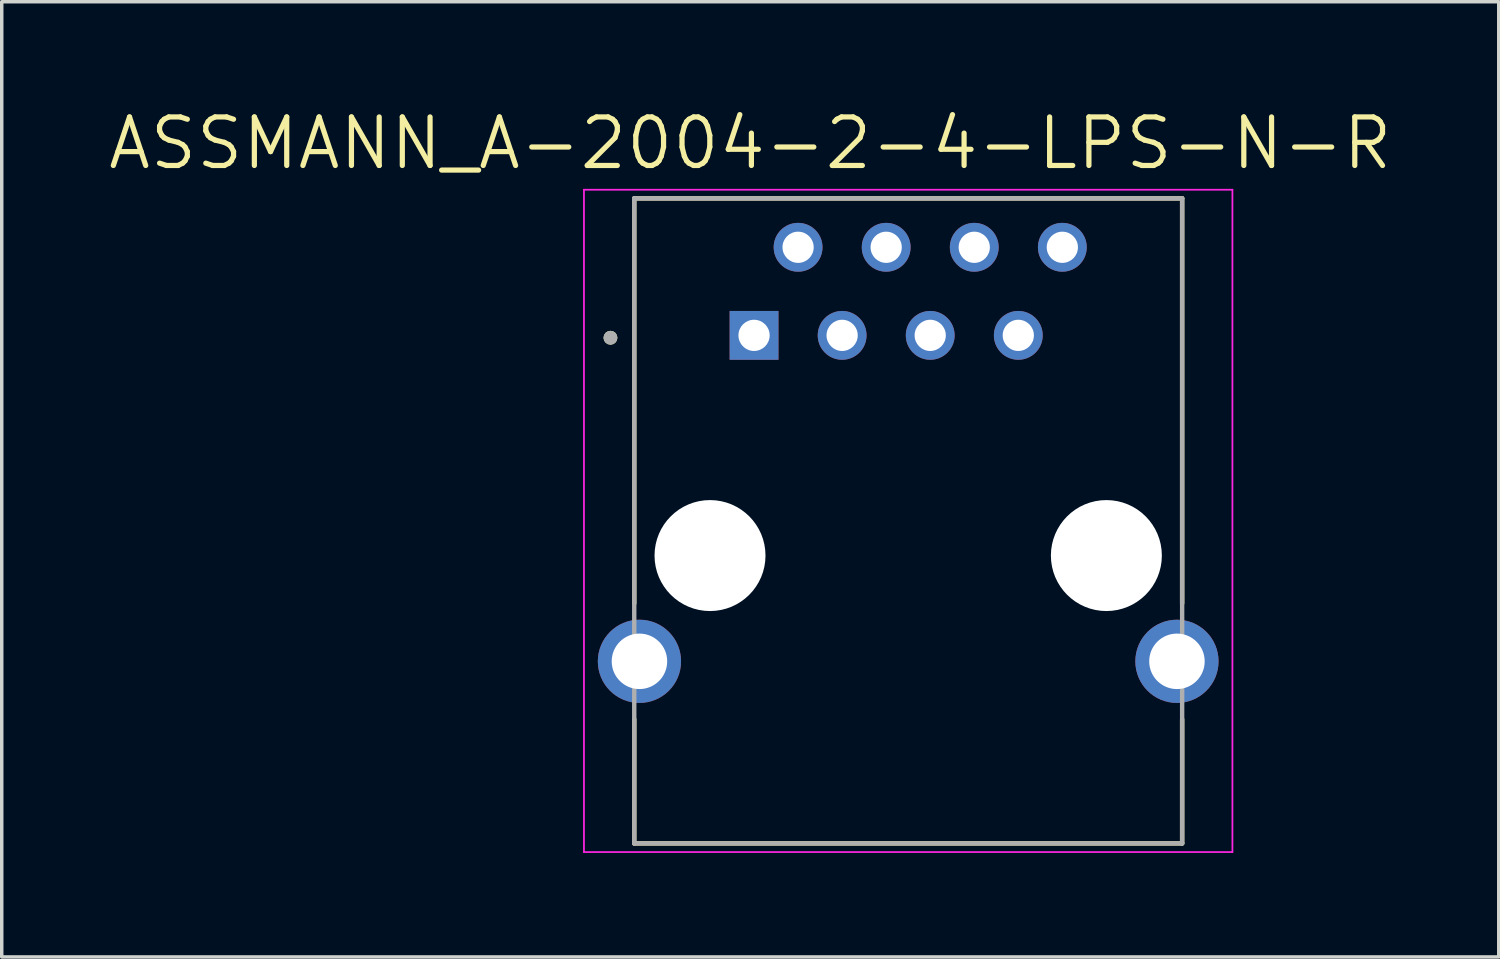
<source format=kicad_pcb>
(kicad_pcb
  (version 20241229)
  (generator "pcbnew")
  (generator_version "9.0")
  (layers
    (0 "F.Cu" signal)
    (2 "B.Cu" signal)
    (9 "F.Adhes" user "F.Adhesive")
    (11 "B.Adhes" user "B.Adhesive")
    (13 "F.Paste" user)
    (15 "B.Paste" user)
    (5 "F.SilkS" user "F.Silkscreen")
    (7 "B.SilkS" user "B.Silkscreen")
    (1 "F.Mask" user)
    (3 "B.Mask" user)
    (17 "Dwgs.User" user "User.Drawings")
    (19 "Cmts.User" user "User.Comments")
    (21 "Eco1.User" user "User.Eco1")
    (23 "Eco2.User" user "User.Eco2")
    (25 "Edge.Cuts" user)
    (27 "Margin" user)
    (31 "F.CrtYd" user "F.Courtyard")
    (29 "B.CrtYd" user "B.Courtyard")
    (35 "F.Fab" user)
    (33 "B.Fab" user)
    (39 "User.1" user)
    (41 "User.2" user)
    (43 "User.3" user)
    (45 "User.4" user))
  (footprint "ASSMANN_A-2004-2-4-LPS-N-R"
    (layer "F.Cu")
    (at 23.14 12.971)
    (property "Reference" "ASSMANN_A-2004-2-4-LPS-N-R" (at -4.555 -11.889 0) (layer "F.SilkS") (effects (font (size 1.4 1.4) (thickness 0.15))))
    (attr through_hole)
    (fp_line (start -7.9 -10.3) (end 7.9 -10.3) (stroke (width 0.127) (type solid)) (layer "F.SilkS"))
    (fp_line (start -7.9 1.38) (end -7.9 -10.3) (stroke (width 0.127) (type solid)) (layer "F.SilkS"))
    (fp_line (start -7.9 8.3) (end -7.9 4.72) (stroke (width 0.127) (type solid)) (layer "F.SilkS"))
    (fp_line (start 7.9 -10.3) (end 7.9 1.38) (stroke (width 0.127) (type solid)) (layer "F.SilkS"))
    (fp_line (start 7.9 4.72) (end 7.9 8.3) (stroke (width 0.127) (type solid)) (layer "F.SilkS"))
    (fp_line (start 7.9 8.3) (end -7.9 8.3) (stroke (width 0.127) (type solid)) (layer "F.SilkS"))
    (fp_circle (center -8.586 -6.281) (end -8.486 -6.281) (stroke (width 0.2) (type solid)) (fill no) (layer "F.SilkS"))
    (fp_line (start -9.35 -10.55) (end -9.35 8.55) (stroke (width 0.05) (type solid)) (layer "F.CrtYd"))
    (fp_line (start -9.35 8.55) (end 9.35 8.55) (stroke (width 0.05) (type solid)) (layer "F.CrtYd"))
    (fp_line (start 9.35 -10.55) (end -9.35 -10.55) (stroke (width 0.05) (type solid)) (layer "F.CrtYd"))
    (fp_line (start 9.35 8.55) (end 9.35 -10.55) (stroke (width 0.05) (type solid)) (layer "F.CrtYd"))
    (fp_line (start -7.9 -10.3) (end 7.9 -10.3) (stroke (width 0.127) (type solid)) (layer "F.Fab"))
    (fp_line (start -7.9 8.3) (end -7.9 -10.3) (stroke (width 0.127) (type solid)) (layer "F.Fab"))
    (fp_line (start 7.9 -10.3) (end 7.9 8.3) (stroke (width 0.127) (type solid)) (layer "F.Fab"))
    (fp_line (start 7.9 8.3) (end -7.9 8.3) (stroke (width 0.127) (type solid)) (layer "F.Fab"))
    (fp_circle (center -8.586 -6.281) (end -8.486 -6.281) (stroke (width 0.2) (type solid)) (fill no) (layer "F.Fab"))
    (pad "" np_thru_hole circle (at -5.715 0) (size 3.2 3.2) (drill 3.2) (layers "*.Cu" "*.Mask"))
    (pad "" np_thru_hole circle (at 5.715 0) (size 3.2 3.2) (drill 3.2) (layers "*.Cu" "*.Mask"))
    (pad "1" thru_hole rect (at -4.445 -6.35) (size 1.408 1.408) (drill 0.9) (layers "*.Cu" "*.Mask"))
    (pad "2" thru_hole circle (at -3.175 -8.89) (size 1.408 1.408) (drill 0.9) (layers "*.Cu" "*.Mask"))
    (pad "3" thru_hole circle (at -1.905 -6.35) (size 1.408 1.408) (drill 0.9) (layers "*.Cu" "*.Mask"))
    (pad "4" thru_hole circle (at -0.635 -8.89) (size 1.408 1.408) (drill 0.9) (layers "*.Cu" "*.Mask"))
    (pad "5" thru_hole circle (at 0.635 -6.35) (size 1.408 1.408) (drill 0.9) (layers "*.Cu" "*.Mask"))
    (pad "6" thru_hole circle (at 1.905 -8.89) (size 1.408 1.408) (drill 0.9) (layers "*.Cu" "*.Mask"))
    (pad "7" thru_hole circle (at 3.175 -6.35) (size 1.408 1.408) (drill 0.9) (layers "*.Cu" "*.Mask"))
    (pad "8" thru_hole circle (at 4.445 -8.89) (size 1.408 1.408) (drill 0.9) (layers "*.Cu" "*.Mask"))
    (pad "S1" thru_hole circle (at -7.75 3.05) (size 2.4 2.4) (drill 1.6) (layers "*.Cu" "*.Mask"))
    (pad "S2" thru_hole circle (at 7.75 3.05) (size 2.4 2.4) (drill 1.6) (layers "*.Cu" "*.Mask")))
  (gr_rect
    (start -3 -3)
    (end 40.17 24.546)
    (stroke (width 0.1) (type default))
    (fill no)
    (layer "Edge.Cuts")))
</source>
